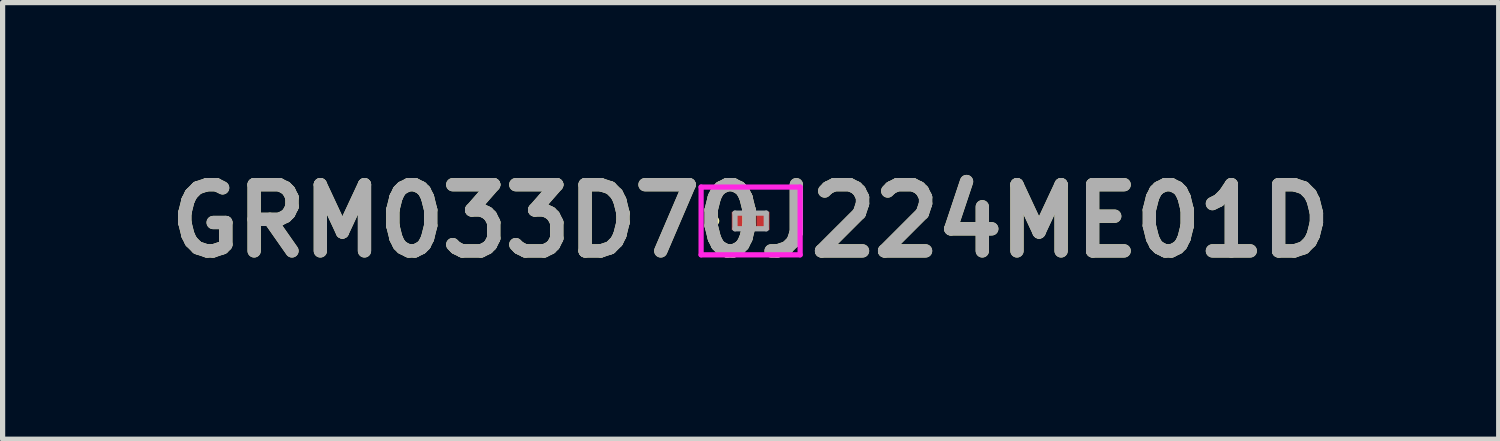
<source format=kicad_pcb>
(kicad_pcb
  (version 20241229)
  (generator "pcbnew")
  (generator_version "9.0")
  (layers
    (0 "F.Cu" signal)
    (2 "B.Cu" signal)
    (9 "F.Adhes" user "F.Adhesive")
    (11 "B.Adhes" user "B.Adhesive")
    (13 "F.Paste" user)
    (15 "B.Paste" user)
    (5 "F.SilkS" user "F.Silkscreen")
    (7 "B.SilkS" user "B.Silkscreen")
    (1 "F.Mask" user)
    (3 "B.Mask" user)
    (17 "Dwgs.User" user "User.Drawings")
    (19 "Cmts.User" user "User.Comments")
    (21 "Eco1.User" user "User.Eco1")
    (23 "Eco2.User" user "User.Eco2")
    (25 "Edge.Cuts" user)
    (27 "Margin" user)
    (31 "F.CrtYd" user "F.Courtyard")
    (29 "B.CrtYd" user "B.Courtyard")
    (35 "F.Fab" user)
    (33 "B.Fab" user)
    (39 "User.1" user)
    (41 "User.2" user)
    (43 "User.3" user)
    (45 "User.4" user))
  (footprint "GRM033D70J224ME01D"
    (layer "F.Cu")
    (at 11.351 1.189)
    (property "Reference" "GRM033D70J224ME01D" (at 0 0 0) (layer "F.SilkS") (effects (font (size 1.27 1.27) (thickness 0.254))))
    (attr smd)
    (fp_line (start -0.7 -0.05) (end -0.7 -0.05) (stroke (width 0.1) (type solid)) (layer "F.SilkS"))
    (fp_line (start -0.7 0.05) (end -0.7 0.05) (stroke (width 0.1) (type solid)) (layer "F.SilkS"))
    (fp_arc (start -0.7 -0.05) (mid -0.65 0) (end -0.7 0.05) (stroke (width 0.1) (type solid)) (layer "F.SilkS"))
    (fp_arc (start -0.7 0.05) (mid -0.75 0) (end -0.7 -0.05) (stroke (width 0.1) (type solid)) (layer "F.SilkS"))
    (fp_line (start -0.95 -0.65) (end 0.95 -0.65) (stroke (width 0.1) (type solid)) (layer "F.CrtYd"))
    (fp_line (start -0.95 0.65) (end -0.95 -0.65) (stroke (width 0.1) (type solid)) (layer "F.CrtYd"))
    (fp_line (start 0.95 -0.65) (end 0.95 0.65) (stroke (width 0.1) (type solid)) (layer "F.CrtYd"))
    (fp_line (start 0.95 0.65) (end -0.95 0.65) (stroke (width 0.1) (type solid)) (layer "F.CrtYd"))
    (fp_line (start -0.3 -0.15) (end 0.3 -0.15) (stroke (width 0.1) (type solid)) (layer "F.Fab"))
    (fp_line (start -0.3 0.15) (end -0.3 -0.15) (stroke (width 0.1) (type solid)) (layer "F.Fab"))
    (fp_line (start 0.3 -0.15) (end 0.3 0.15) (stroke (width 0.1) (type solid)) (layer "F.Fab"))
    (fp_line (start 0.3 0.15) (end -0.3 0.15) (stroke (width 0.1) (type solid)) (layer "F.Fab"))
    (fp_text user "${REFERENCE}" (at 0 0 0) (layer "F.Fab") (effects (font (size 1.27 1.27) (thickness 0.254))))
    (pad "1" smd rect (at -0.237 0) (size 0.25 0.35) (layers "F.Cu" "F.Mask" "F.Paste"))
    (pad "2" smd rect (at 0.237 0) (size 0.25 0.35) (layers "F.Cu" "F.Mask" "F.Paste")))
  (gr_rect
    (start -3 -3)
    (end 25.703 5.377)
    (stroke (width 0.1) (type default))
    (fill no)
    (layer "Edge.Cuts")))
</source>
